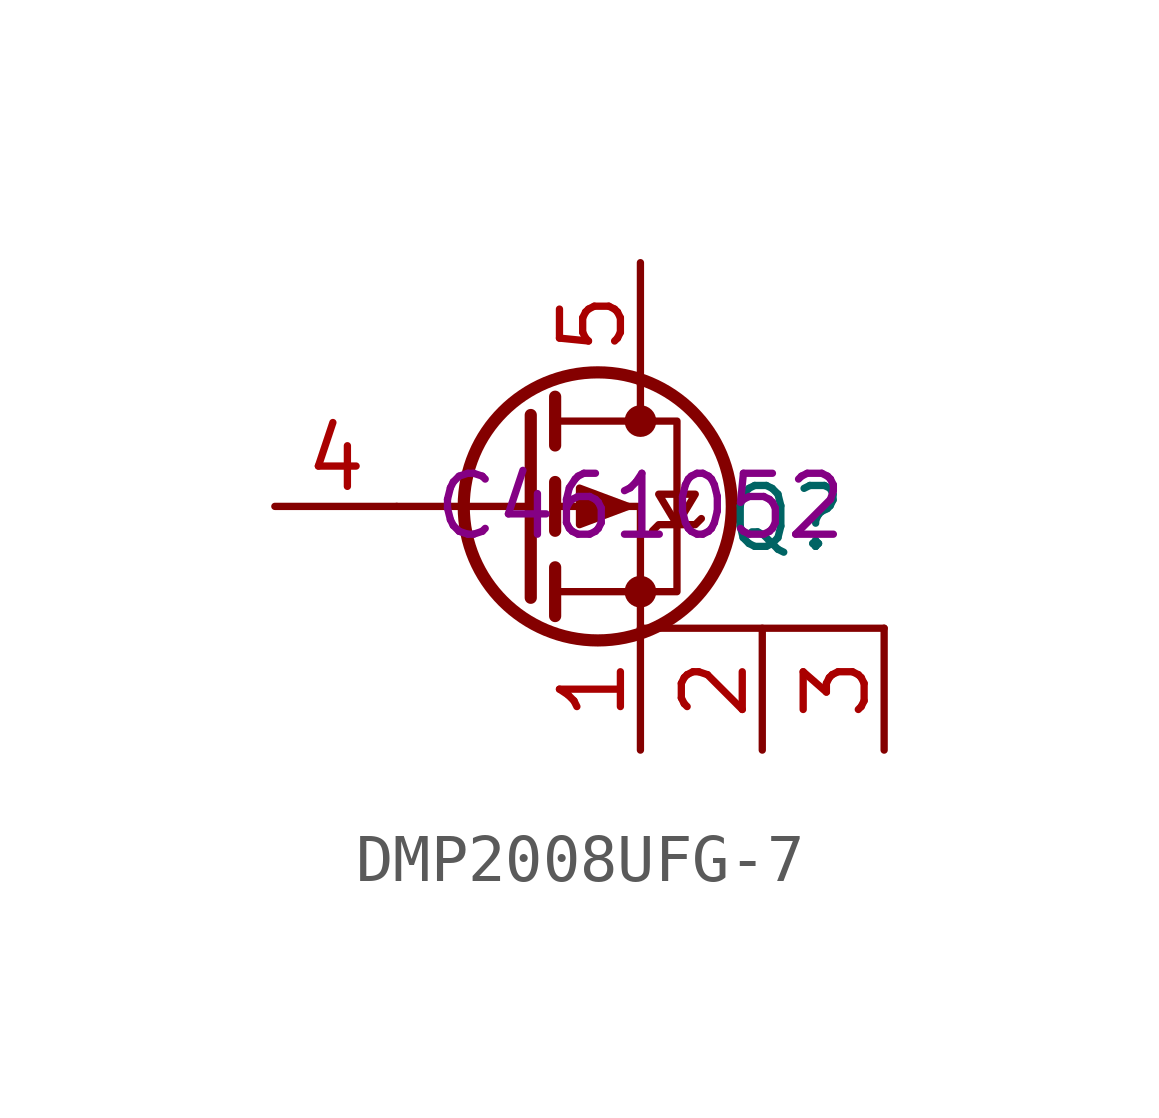
<source format=kicad_sym>
(kicad_symbol_lib
  (version 20231120)
  (generator "kicad_symbol_editor")
  (generator_version "8.0")
  (symbol "DMP2008UFG-7"
    (pin_names
      (offset 0) hide)
    (property "Reference" "Q"
      (at 3.048 -0.254 0)
      (effects (font (size 1.27 1.27))))
    (property "Value" ""
      (at 0 0 0)
      (effects (font (size 1.27 1.27))))
    (property "JLCPCB Part #" "C461052"
      (at 0 0 0)
      (effects (font (size 1.27 1.27))))
    (symbol "DMP2008UFG-7_0_1"
      (circle (center -0.889 0) (radius 2.794) (stroke (width 0.254) (type default)) (fill (type none)))
      (circle (center 0 -1.778) (radius 0.254) (stroke (width 0) (type default)) (fill (type outline)))
      (polyline (pts (xy -2.286 0) (xy -5.08 0)) (stroke (width 0) (type default)) (fill (type none)))
      (polyline (pts (xy -2.286 1.905) (xy -2.286 -1.905)) (stroke (width 0.254) (type default)) (fill (type none)))
      (polyline (pts (xy -1.778 -1.27) (xy -1.778 -2.286)) (stroke (width 0.254) (type default)) (fill (type none)))
      (polyline (pts (xy -1.778 0.508) (xy -1.778 -0.508)) (stroke (width 0.254) (type default)) (fill (type none)))
      (polyline (pts (xy -1.778 2.286) (xy -1.778 1.27)) (stroke (width 0.254) (type default)) (fill (type none)))
      (polyline (pts (xy 0 -2.54) (xy 5.08 -2.54)) (stroke (width 0) (type default)) (fill (type none)))
      (polyline (pts (xy 0 2.54) (xy 0 1.778)) (stroke (width 0) (type default)) (fill (type none)))
      (polyline (pts (xy 0 -2.54) (xy 0 0) (xy -1.778 0)) (stroke (width 0) (type default)) (fill (type none)))
      (polyline (pts (xy -1.778 1.778) (xy 0.762 1.778) (xy 0.762 -1.778) (xy -1.778 -1.778)) (stroke (width 0) (type default)) (fill (type none)))
      (polyline (pts (xy -0.254 0) (xy -1.27 0.381) (xy -1.27 -0.381) (xy -0.254 0)) (stroke (width 0) (type default)) (fill (type outline)))
      (polyline (pts (xy 0.254 -0.508) (xy 0.381 -0.381) (xy 1.143 -0.381) (xy 1.27 -0.254)) (stroke (width 0) (type default)) (fill (type none)))
      (polyline (pts (xy 0.762 -0.381) (xy 0.381 0.254) (xy 1.143 0.254) (xy 0.762 -0.381)) (stroke (width 0) (type default)) (fill (type none)))
      (circle (center 0 1.778) (radius 0.254) (stroke (width 0) (type default)) (fill (type outline))))
    (symbol "DMP2008UFG-7_1_1"
      (pin passive line (at 0 -5.08 90) (length 2.54) (name "S" (effects (font (size 1.27 1.27)))) (number "1" (effects (font (size 1.27 1.27)))))
      (pin passive line (at 2.54 -5.08 90) (length 2.54) (name "S" (effects (font (size 1.27 1.27)))) (number "2" (effects (font (size 1.27 1.27)))))
      (pin passive line (at 5.08 -5.08 90) (length 2.54) (name "S" (effects (font (size 1.27 1.27)))) (number "3" (effects (font (size 1.27 1.27)))))
      (pin passive line (at -7.62 0 0) (length 2.54) (name "G" (effects (font (size 1.27 1.27)))) (number "4" (effects (font (size 1.27 1.27)))))
      (pin passive line (at 0 5.08 270) (length 2.54) (name "D" (effects (font (size 1.27 1.27)))) (number "5" (effects (font (size 1.27 1.27))))))))
</source>
